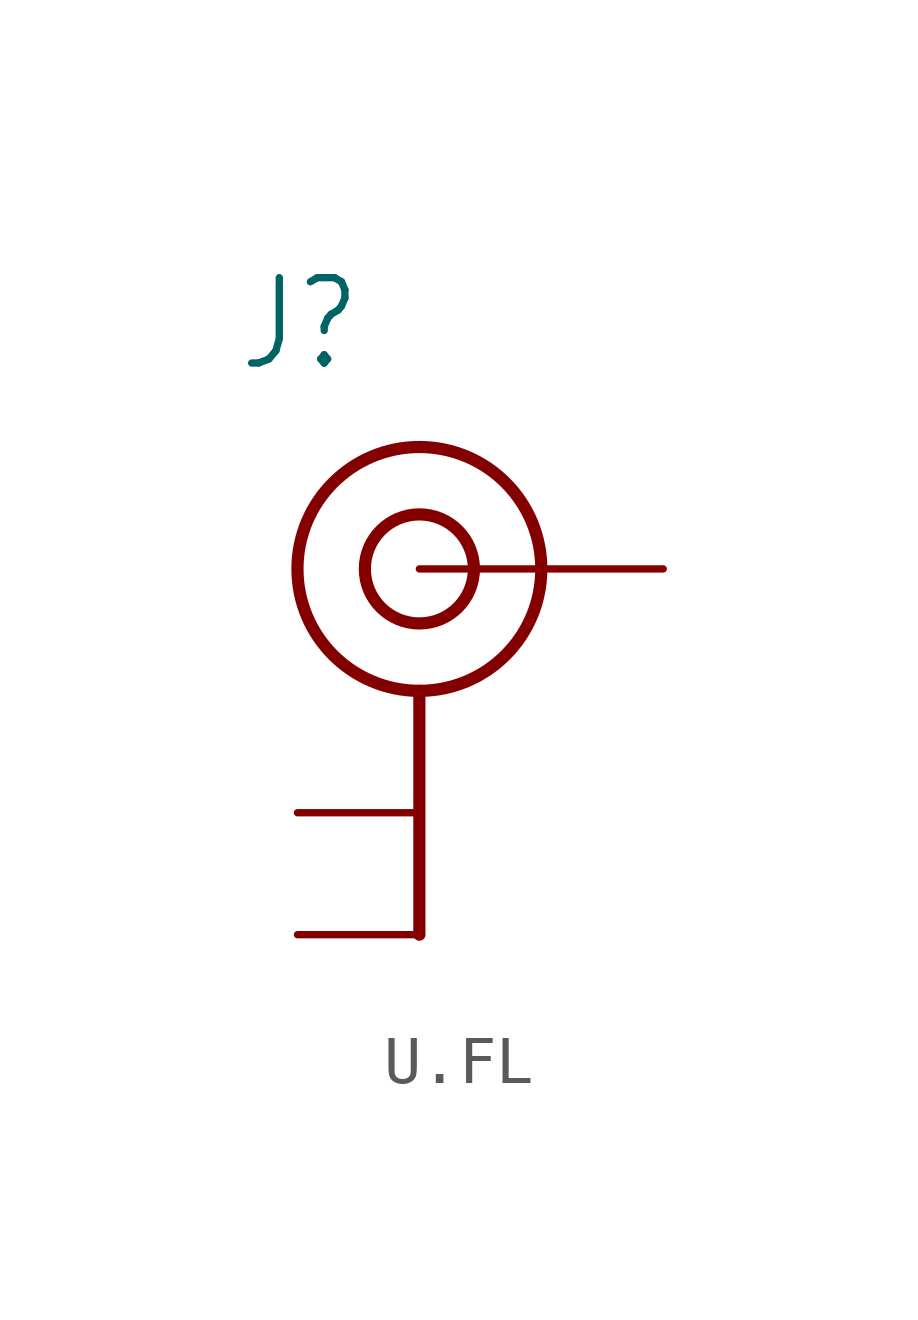
<source format=kicad_sym>
(kicad_symbol_lib
  (version 20211014)
  (generator kicad_symbol_editor)
  (symbol "U.FL"
    (property "Reference" "J"
      (at -3.81 4.064 0)
      (effects (font (size 1.778 1.511)) (justify left bottom)))
    (property "ki_locked" ""
      (at 0 0 0)
      (effects (font (size 1.27 1.27))))
    (symbol "U.FL_1_0"
      (polyline (pts (xy 0 -2.54) (xy 0 -7.62)) (stroke (width 0.254) (type default) (color 0 0 0 0)) (fill (type none)))
      (circle (center 0 0) (radius 1.136) (stroke (width 0.254) (type default) (color 0 0 0 0)) (fill (type none)))
      (circle (center 0 0) (radius 2.54) (stroke (width 0.254) (type default) (color 0 0 0 0)) (fill (type none)))
      (pin bidirectional line (at -2.54 -5.08 0) (length 2.54) (name "GND@0" (effects (font (size 0 0)))) (number "1" (effects (font (size 0 0)))))
      (pin bidirectional line (at -2.54 -7.62 0) (length 2.54) (name "GND@1" (effects (font (size 0 0)))) (number "2" (effects (font (size 0 0)))))
      (pin bidirectional line (at 5.08 0 180) (length 5.08) (name "SIGNAL" (effects (font (size 0 0)))) (number "FEED" (effects (font (size 0 0))))))))
</source>
